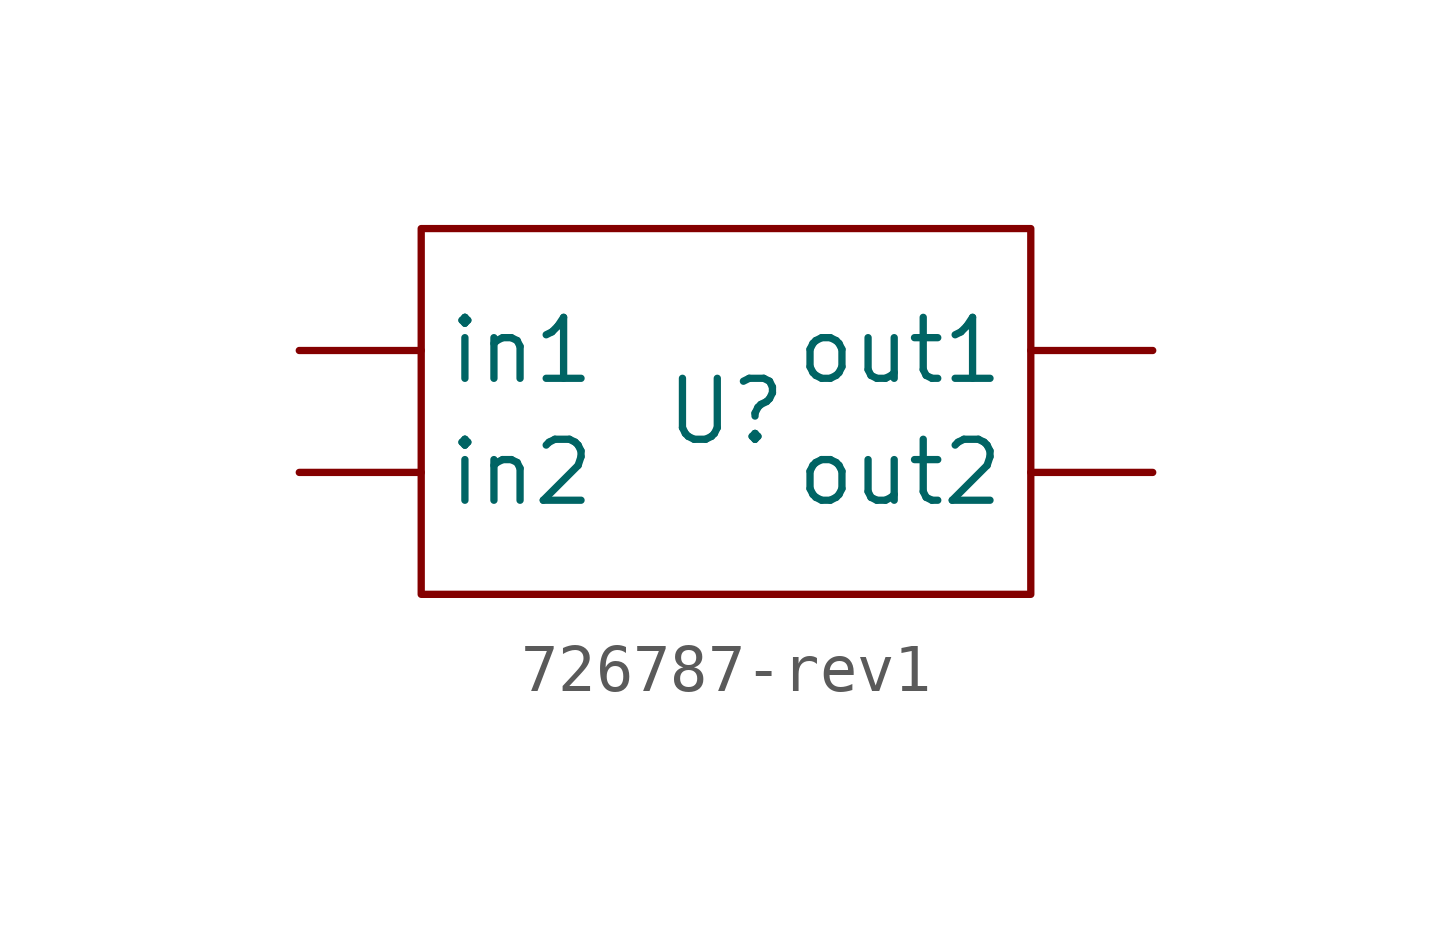
<source format=kicad_sym>
(kicad_symbol_lib
  (version 20241209)
  (generator "kicad_symbol_editor")
  (generator_version "9.0")
  (symbol "726787-rev1"
    (property "Reference" "U"
      (at 0 0 0)
      (effects (font (size 1.27 1.27))))
    (property "Value" ""
      (at 0 0 0)
      (effects (font (size 1.27 1.27))))
    (symbol "726787-rev1_0_1"
      (rectangle (start -6.35 3.81) (end 6.35 -3.81) (stroke (width 0) (type default)) (fill (type none))))
    (symbol "726787-rev1_1_1"
      (pin input line (at -8.89 1.27 0) (length 2.54) (name "in1" (effects (font (size 1.27 1.27)))) (number "" (effects (font (size 1.27 1.27)))))
      (pin input line (at -8.89 -1.27 0) (length 2.54) (name "in2" (effects (font (size 1.27 1.27)))) (number "" (effects (font (size 1.27 1.27)))))
      (pin input line (at 8.89 1.27 180) (length 2.54) (name "out1" (effects (font (size 1.27 1.27)))) (number "" (effects (font (size 1.27 1.27)))))
      (pin input line (at 8.89 -1.27 180) (length 2.54) (name "out2" (effects (font (size 1.27 1.27)))) (number "" (effects (font (size 1.27 1.27))))))))
</source>
